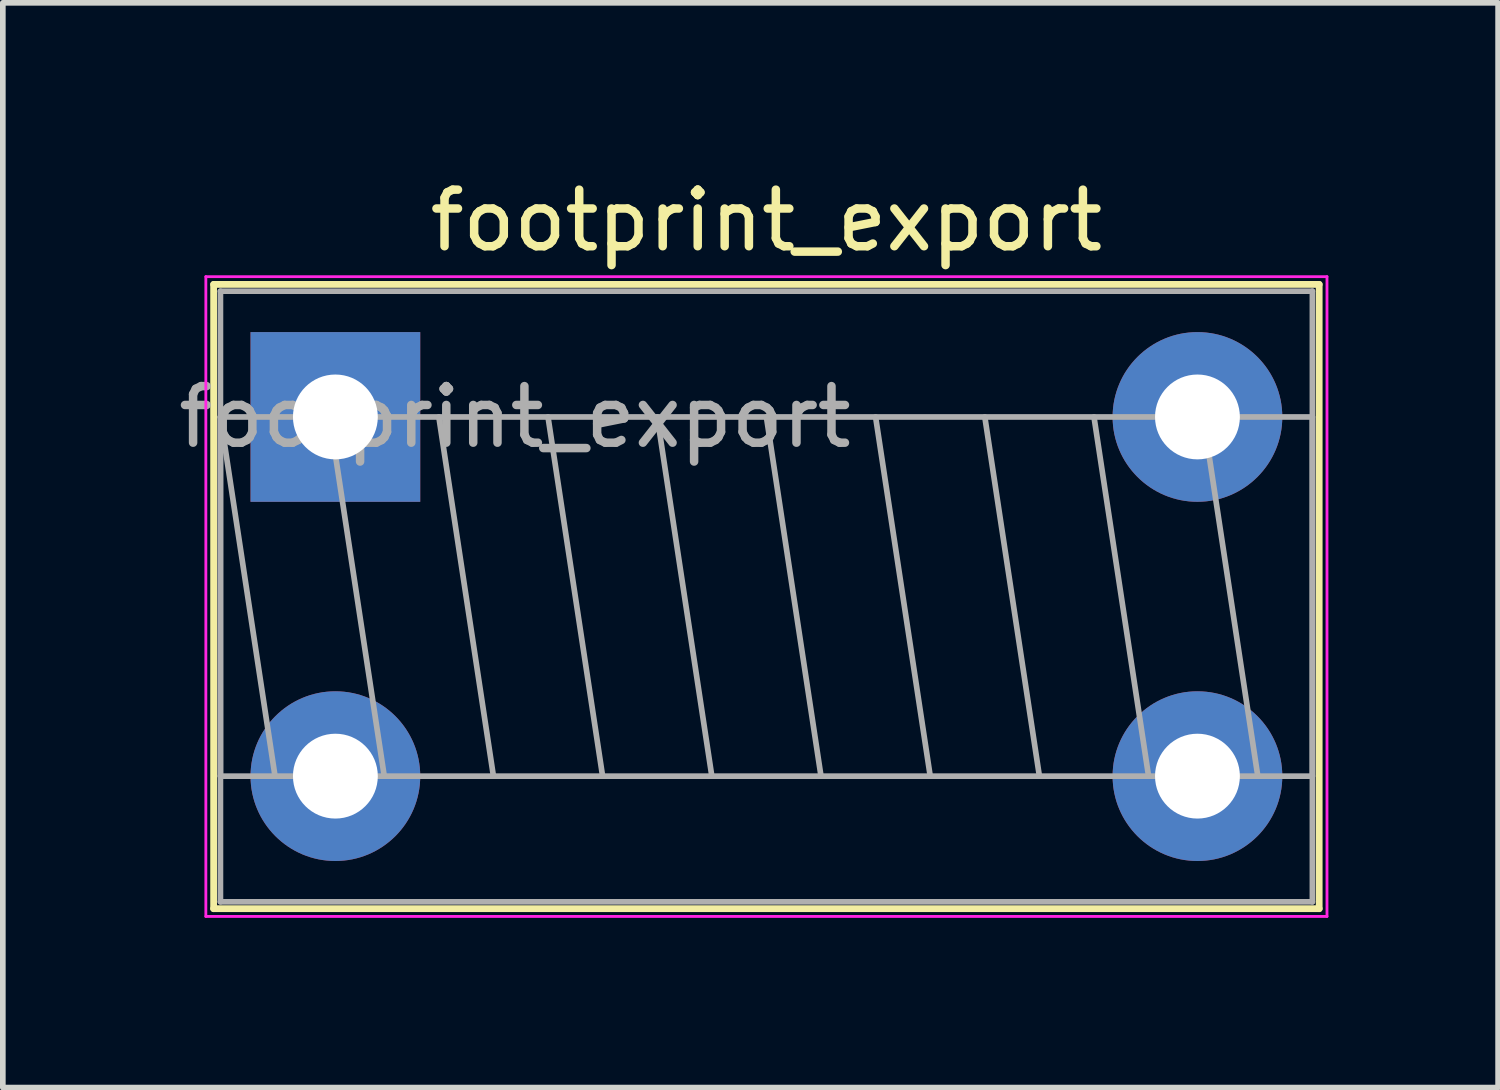
<source format=kicad_pcb>
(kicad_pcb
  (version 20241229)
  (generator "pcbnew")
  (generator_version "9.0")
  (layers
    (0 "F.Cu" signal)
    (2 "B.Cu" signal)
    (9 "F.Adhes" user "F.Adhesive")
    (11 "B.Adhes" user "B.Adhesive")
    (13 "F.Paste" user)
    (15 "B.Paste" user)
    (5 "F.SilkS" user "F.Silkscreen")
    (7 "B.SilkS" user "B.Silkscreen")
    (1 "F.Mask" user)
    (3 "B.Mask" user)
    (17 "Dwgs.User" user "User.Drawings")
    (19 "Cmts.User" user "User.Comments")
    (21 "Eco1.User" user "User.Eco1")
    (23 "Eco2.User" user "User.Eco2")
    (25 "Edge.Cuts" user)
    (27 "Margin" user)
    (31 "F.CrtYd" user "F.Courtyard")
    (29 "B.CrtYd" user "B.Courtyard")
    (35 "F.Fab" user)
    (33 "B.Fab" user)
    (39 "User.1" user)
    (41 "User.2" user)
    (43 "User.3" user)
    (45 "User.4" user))
  (footprint "footprint_export"
    (layer "F.Cu")
    (at 2.879 4.321)
    (property "Reference" "footprint_export" (at 7.62 -3.473 0) (layer "F.SilkS") (effects (font (size 1 1) (thickness 0.15))))
    (attr through_hole)
    (fp_line (start -2.152 -2.343) (end -2.152 8.693) (stroke (width 0.12) (type solid)) (layer "F.SilkS"))
    (fp_line (start -2.152 -2.343) (end 17.392 -2.343) (stroke (width 0.12) (type solid)) (layer "F.SilkS"))
    (fp_line (start -2.152 8.693) (end 17.392 8.693) (stroke (width 0.12) (type solid)) (layer "F.SilkS"))
    (fp_line (start 17.392 -2.343) (end 17.392 8.693) (stroke (width 0.12) (type solid)) (layer "F.SilkS"))
    (fp_line (start -2.29 -2.48) (end -2.29 8.83) (stroke (width 0.05) (type solid)) (layer "F.CrtYd"))
    (fp_line (start -2.29 8.83) (end 17.53 8.83) (stroke (width 0.05) (type solid)) (layer "F.CrtYd"))
    (fp_line (start 17.53 -2.48) (end -2.29 -2.48) (stroke (width 0.05) (type solid)) (layer "F.CrtYd"))
    (fp_line (start 17.53 8.83) (end 17.53 -2.48) (stroke (width 0.05) (type solid)) (layer "F.CrtYd"))
    (fp_line (start -2.032 -2.223) (end -2.032 8.572) (stroke (width 0.1) (type solid)) (layer "F.Fab"))
    (fp_line (start -2.032 0) (end -2.032 6.35) (stroke (width 0.1) (type solid)) (layer "F.Fab"))
    (fp_line (start -2.032 0) (end -1.067 6.35) (stroke (width 0.1) (type solid)) (layer "F.Fab"))
    (fp_line (start -2.032 6.35) (end 17.272 6.35) (stroke (width 0.1) (type solid)) (layer "F.Fab"))
    (fp_line (start -2.032 8.572) (end 17.272 8.572) (stroke (width 0.1) (type solid)) (layer "F.Fab"))
    (fp_line (start -0.102 0) (end 0.864 6.35) (stroke (width 0.1) (type solid)) (layer "F.Fab"))
    (fp_line (start 1.829 0) (end 2.794 6.35) (stroke (width 0.1) (type solid)) (layer "F.Fab"))
    (fp_line (start 3.759 0) (end 4.724 6.35) (stroke (width 0.1) (type solid)) (layer "F.Fab"))
    (fp_line (start 5.69 0) (end 6.655 6.35) (stroke (width 0.1) (type solid)) (layer "F.Fab"))
    (fp_line (start 7.62 0) (end 8.585 6.35) (stroke (width 0.1) (type solid)) (layer "F.Fab"))
    (fp_line (start 9.55 0) (end 10.516 6.35) (stroke (width 0.1) (type solid)) (layer "F.Fab"))
    (fp_line (start 11.481 0) (end 12.446 6.35) (stroke (width 0.1) (type solid)) (layer "F.Fab"))
    (fp_line (start 13.411 0) (end 14.376 6.35) (stroke (width 0.1) (type solid)) (layer "F.Fab"))
    (fp_line (start 15.342 0) (end 16.307 6.35) (stroke (width 0.1) (type solid)) (layer "F.Fab"))
    (fp_line (start 17.272 -2.223) (end -2.032 -2.223) (stroke (width 0.1) (type solid)) (layer "F.Fab"))
    (fp_line (start 17.272 0) (end -2.032 0) (stroke (width 0.1) (type solid)) (layer "F.Fab"))
    (fp_line (start 17.272 6.35) (end 17.272 0) (stroke (width 0.1) (type solid)) (layer "F.Fab"))
    (fp_line (start 17.272 8.572) (end 17.272 -2.223) (stroke (width 0.1) (type solid)) (layer "F.Fab"))
    (fp_text user "${REFERENCE}" (at 3.175 0 0) (layer "F.Fab") (effects (font (size 1 1) (thickness 0.15))))
    (pad "1" thru_hole rect (at 0 0) (size 3 3) (drill 1.5) (layers "*.Cu" "*.Mask"))
    (pad "2" thru_hole circle (at 0 6.35) (size 3 3) (drill 1.5) (layers "*.Cu" "*.Mask"))
    (pad "3" thru_hole circle (at 15.24 6.35) (size 3 3) (drill 1.5) (layers "*.Cu" "*.Mask"))
    (pad "4" thru_hole circle (at 15.24 0) (size 3 3) (drill 1.5) (layers "*.Cu" "*.Mask")))
  (gr_rect
    (start -3 -3)
    (end 23.434 16.176)
    (stroke (width 0.1) (type default))
    (fill no)
    (layer "Edge.Cuts")))
</source>
